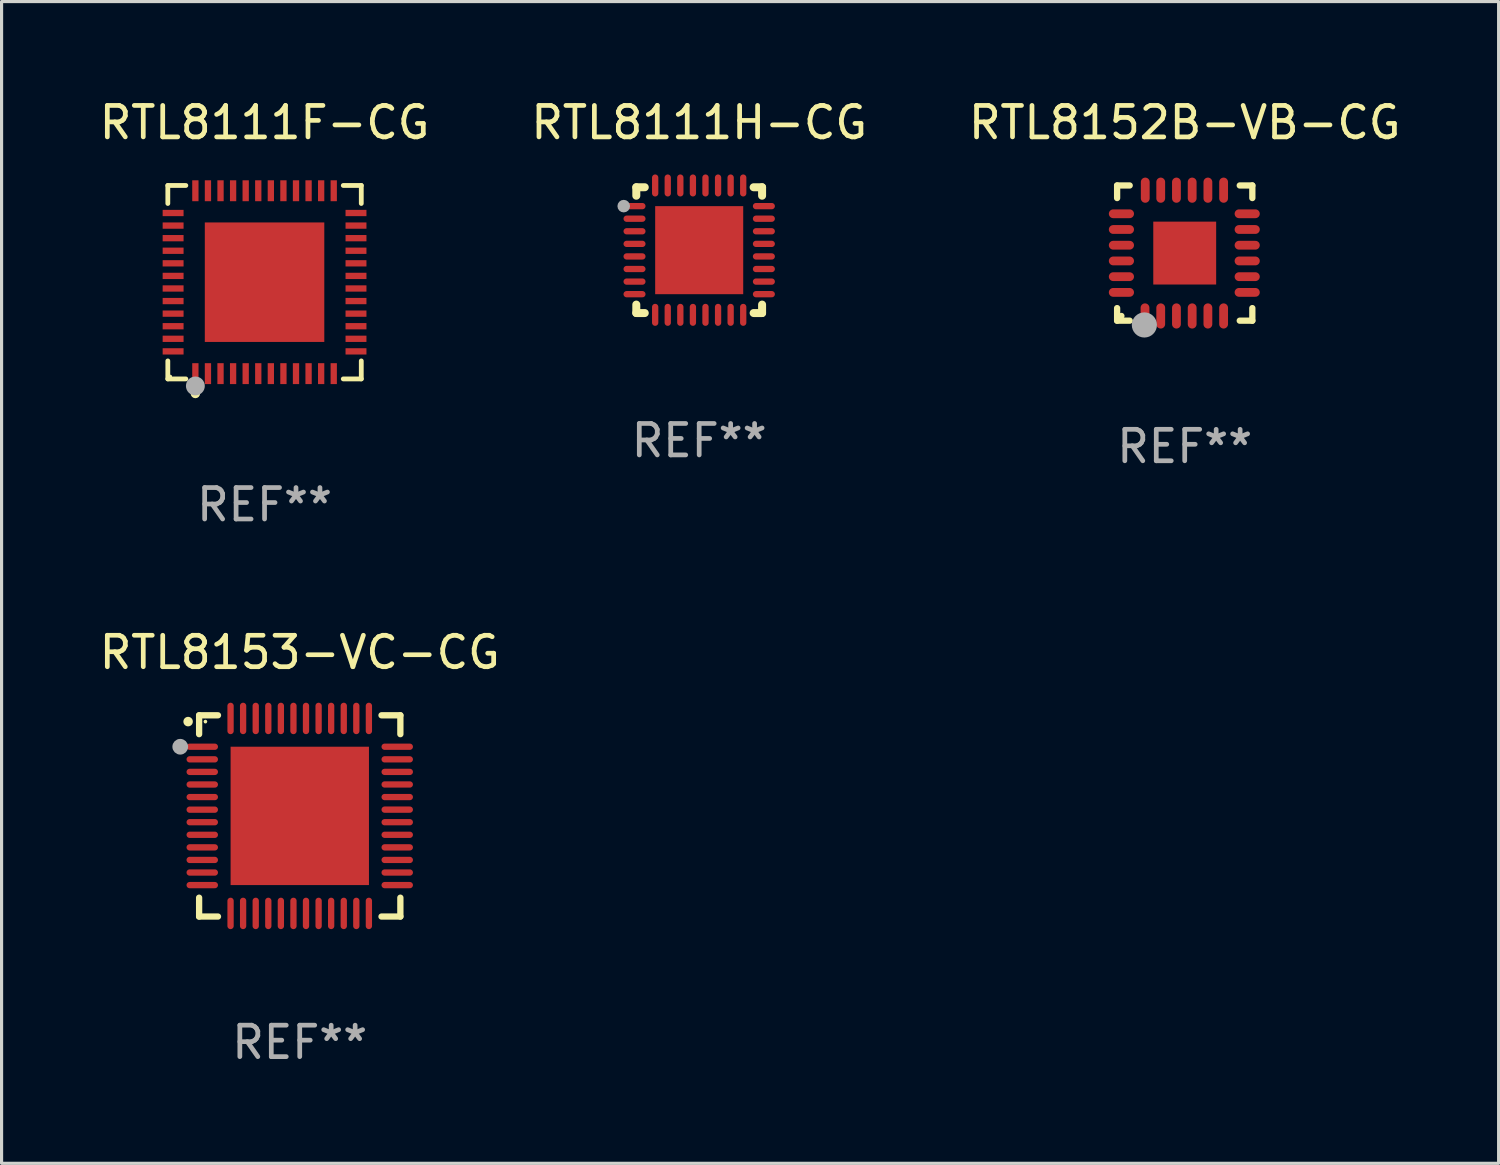
<source format=kicad_pcb>
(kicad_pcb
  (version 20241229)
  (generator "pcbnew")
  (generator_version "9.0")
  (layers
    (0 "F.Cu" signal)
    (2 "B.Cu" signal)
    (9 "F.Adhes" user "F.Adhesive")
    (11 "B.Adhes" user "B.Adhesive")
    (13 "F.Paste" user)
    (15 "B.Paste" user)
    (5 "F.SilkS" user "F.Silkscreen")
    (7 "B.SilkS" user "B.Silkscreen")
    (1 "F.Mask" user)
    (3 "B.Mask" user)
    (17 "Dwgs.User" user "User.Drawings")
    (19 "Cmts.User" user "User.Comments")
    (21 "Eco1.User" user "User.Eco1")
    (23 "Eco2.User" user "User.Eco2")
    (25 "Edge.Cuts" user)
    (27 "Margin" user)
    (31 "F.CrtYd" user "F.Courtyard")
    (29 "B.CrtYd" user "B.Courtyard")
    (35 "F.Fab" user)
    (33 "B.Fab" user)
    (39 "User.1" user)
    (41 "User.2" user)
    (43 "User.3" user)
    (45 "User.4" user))
  (footprint "RTL8152B-VB-CG"
    (layer "F.Cu")
    (at 34.625 4.998)
    (property "Reference" "RTL8152B-VB-CG" (at 0 -4.15 0) (layer "F.SilkS") (effects (font (size 1 1) (thickness 0.15))))
    (attr through_hole)
    (fp_line (start -2.15 -2.15) (end -1.75 -2.15) (stroke (width 0.2) (type solid)) (layer "F.SilkS"))
    (fp_line (start -2.15 -1.75) (end -2.15 -2.15) (stroke (width 0.2) (type solid)) (layer "F.SilkS"))
    (fp_line (start -2.15 2.15) (end -2.15 1.75) (stroke (width 0.2) (type solid)) (layer "F.SilkS"))
    (fp_line (start -1.75 2.15) (end -2.15 2.15) (stroke (width 0.2) (type solid)) (layer "F.SilkS"))
    (fp_line (start 2.15 -2.15) (end 1.75 -2.15) (stroke (width 0.2) (type solid)) (layer "F.SilkS"))
    (fp_line (start 2.15 -1.75) (end 2.15 -2.15) (stroke (width 0.2) (type solid)) (layer "F.SilkS"))
    (fp_line (start 2.15 1.75) (end 2.15 2.15) (stroke (width 0.2) (type solid)) (layer "F.SilkS"))
    (fp_line (start 2.15 2.15) (end 1.75 2.15) (stroke (width 0.2) (type solid)) (layer "F.SilkS"))
    (fp_circle (center -2.013 2) (end -1.963 2) (stroke (width 0.1) (type solid)) (fill no) (layer "F.SilkS"))
    (fp_circle (center -1.283 2.286) (end -1.083 2.286) (stroke (width 0.4) (type solid)) (fill no) (layer "F.Fab"))
    (fp_text user "REF**" (at 0 6.15 0) (layer "F.Fab") (effects (font (size 1 1) (thickness 0.15))))
    (pad "1" smd oval (at -1.263 2) (size 0.28 0.8) (layers "F.Cu" "F.Mask" "F.Paste"))
    (pad "2" smd oval (at -0.763 2) (size 0.28 0.8) (layers "F.Cu" "F.Mask" "F.Paste"))
    (pad "3" smd oval (at -0.263 2) (size 0.28 0.8) (layers "F.Cu" "F.Mask" "F.Paste"))
    (pad "4" smd oval (at 0.237 2) (size 0.28 0.8) (layers "F.Cu" "F.Mask" "F.Paste"))
    (pad "5" smd oval (at 0.737 2) (size 0.28 0.8) (layers "F.Cu" "F.Mask" "F.Paste"))
    (pad "6" smd oval (at 1.237 2) (size 0.28 0.8) (layers "F.Cu" "F.Mask" "F.Paste"))
    (pad "7" smd oval (at 1.987 1.25) (size 0.8 0.28) (layers "F.Cu" "F.Mask" "F.Paste"))
    (pad "8" smd oval (at 1.987 0.75) (size 0.8 0.28) (layers "F.Cu" "F.Mask" "F.Paste"))
    (pad "9" smd oval (at 1.987 0.25) (size 0.8 0.28) (layers "F.Cu" "F.Mask" "F.Paste"))
    (pad "10" smd oval (at 1.987 -0.25) (size 0.8 0.28) (layers "F.Cu" "F.Mask" "F.Paste"))
    (pad "11" smd oval (at 1.987 -0.75) (size 0.8 0.28) (layers "F.Cu" "F.Mask" "F.Paste"))
    (pad "12" smd oval (at 1.987 -1.25) (size 0.8 0.28) (layers "F.Cu" "F.Mask" "F.Paste"))
    (pad "13" smd oval (at 1.237 -2) (size 0.28 0.8) (layers "F.Cu" "F.Mask" "F.Paste"))
    (pad "14" smd oval (at 0.737 -2) (size 0.28 0.8) (layers "F.Cu" "F.Mask" "F.Paste"))
    (pad "15" smd oval (at 0.237 -2) (size 0.28 0.8) (layers "F.Cu" "F.Mask" "F.Paste"))
    (pad "16" smd oval (at -0.263 -2) (size 0.28 0.8) (layers "F.Cu" "F.Mask" "F.Paste"))
    (pad "17" smd oval (at -0.763 -2) (size 0.28 0.8) (layers "F.Cu" "F.Mask" "F.Paste"))
    (pad "18" smd oval (at -1.255 -2) (size 0.28 0.8) (layers "F.Cu" "F.Mask" "F.Paste"))
    (pad "19" smd oval (at -2.013 -1.25) (size 0.8 0.28) (layers "F.Cu" "F.Mask" "F.Paste"))
    (pad "20" smd oval (at -2.013 -0.75) (size 0.8 0.28) (layers "F.Cu" "F.Mask" "F.Paste"))
    (pad "21" smd oval (at -2.013 -0.25) (size 0.8 0.28) (layers "F.Cu" "F.Mask" "F.Paste"))
    (pad "22" smd oval (at -2.013 0.25) (size 0.8 0.28) (layers "F.Cu" "F.Mask" "F.Paste"))
    (pad "23" smd oval (at -2.013 0.75) (size 0.8 0.28) (layers "F.Cu" "F.Mask" "F.Paste"))
    (pad "24" smd oval (at -2.013 1.25) (size 0.8 0.28) (layers "F.Cu" "F.Mask" "F.Paste"))
    (pad "25" smd rect (at -0.000013 0) (size 2 2) (layers "F.Cu" "F.Mask" "F.Paste")))
  (footprint "RTL8111H-CG"
    (layer "F.Cu")
    (at 19.185 4.905)
    (property "Reference" "RTL8111H-CG" (at 0 -4.057 0) (layer "F.SilkS") (effects (font (size 1 1) (thickness 0.15))))
    (attr through_hole)
    (fp_line (start -2 -2) (end -1.731 -2) (stroke (width 0.254) (type solid)) (layer "F.SilkS"))
    (fp_line (start -2 -1.731) (end -2 -2) (stroke (width 0.254) (type solid)) (layer "F.SilkS"))
    (fp_line (start -2 2) (end -2 1.731) (stroke (width 0.254) (type solid)) (layer "F.SilkS"))
    (fp_line (start -1.731 2) (end -2 2) (stroke (width 0.254) (type solid)) (layer "F.SilkS"))
    (fp_line (start 1.731 -2) (end 2 -2) (stroke (width 0.254) (type solid)) (layer "F.SilkS"))
    (fp_line (start 2 -2) (end 2 -1.731) (stroke (width 0.254) (type solid)) (layer "F.SilkS"))
    (fp_line (start 2 1.731) (end 2 2) (stroke (width 0.254) (type solid)) (layer "F.SilkS"))
    (fp_line (start 2 2) (end 1.731 2) (stroke (width 0.254) (type solid)) (layer "F.SilkS"))
    (fp_circle (center -2 -2) (end -1.97 -2) (stroke (width 0.06) (type solid)) (fill no) (layer "F.SilkS"))
    (fp_circle (center -2.4 -1.4) (end -2.3 -1.4) (stroke (width 0.2) (type solid)) (fill no) (layer "F.Fab"))
    (fp_text user "REF**" (at 0 6.057 0) (layer "F.Fab") (effects (font (size 1 1) (thickness 0.15))))
    (pad "1" smd oval (at -2.057 -1.4 270) (size 0.2 0.7) (layers "F.Cu" "F.Mask" "F.Paste"))
    (pad "2" smd oval (at -2.057 -1 270) (size 0.2 0.7) (layers "F.Cu" "F.Mask" "F.Paste"))
    (pad "3" smd oval (at -2.057 -0.6 270) (size 0.2 0.7) (layers "F.Cu" "F.Mask" "F.Paste"))
    (pad "4" smd oval (at -2.057 -0.2 270) (size 0.2 0.7) (layers "F.Cu" "F.Mask" "F.Paste"))
    (pad "5" smd oval (at -2.057 0.2 270) (size 0.2 0.7) (layers "F.Cu" "F.Mask" "F.Paste"))
    (pad "6" smd oval (at -2.057 0.6 270) (size 0.2 0.7) (layers "F.Cu" "F.Mask" "F.Paste"))
    (pad "7" smd oval (at -2.057 1 270) (size 0.2 0.7) (layers "F.Cu" "F.Mask" "F.Paste"))
    (pad "8" smd oval (at -2.057 1.4 270) (size 0.2 0.7) (layers "F.Cu" "F.Mask" "F.Paste"))
    (pad "9" smd oval (at -1.4 2.057 180) (size 0.2 0.7) (layers "F.Cu" "F.Mask" "F.Paste"))
    (pad "10" smd oval (at -1 2.057 180) (size 0.2 0.7) (layers "F.Cu" "F.Mask" "F.Paste"))
    (pad "11" smd oval (at -0.6 2.057 180) (size 0.2 0.7) (layers "F.Cu" "F.Mask" "F.Paste"))
    (pad "12" smd oval (at -0.2 2.057 180) (size 0.2 0.7) (layers "F.Cu" "F.Mask" "F.Paste"))
    (pad "13" smd oval (at 0.2 2.057 180) (size 0.2 0.7) (layers "F.Cu" "F.Mask" "F.Paste"))
    (pad "14" smd oval (at 0.6 2.057 180) (size 0.2 0.7) (layers "F.Cu" "F.Mask" "F.Paste"))
    (pad "15" smd oval (at 1 2.057 180) (size 0.2 0.7) (layers "F.Cu" "F.Mask" "F.Paste"))
    (pad "16" smd oval (at 1.4 2.057 180) (size 0.2 0.7) (layers "F.Cu" "F.Mask" "F.Paste"))
    (pad "17" smd oval (at 2.057 1.4 270) (size 0.2 0.7) (layers "F.Cu" "F.Mask" "F.Paste"))
    (pad "18" smd oval (at 2.057 1 270) (size 0.2 0.7) (layers "F.Cu" "F.Mask" "F.Paste"))
    (pad "19" smd oval (at 2.057 0.6 270) (size 0.2 0.7) (layers "F.Cu" "F.Mask" "F.Paste"))
    (pad "20" smd oval (at 2.057 0.2 270) (size 0.2 0.7) (layers "F.Cu" "F.Mask" "F.Paste"))
    (pad "21" smd oval (at 2.057 -0.2 270) (size 0.2 0.7) (layers "F.Cu" "F.Mask" "F.Paste"))
    (pad "22" smd oval (at 2.057 -0.6 270) (size 0.2 0.7) (layers "F.Cu" "F.Mask" "F.Paste"))
    (pad "23" smd oval (at 2.057 -1 270) (size 0.2 0.7) (layers "F.Cu" "F.Mask" "F.Paste"))
    (pad "24" smd oval (at 2.057 -1.4 270) (size 0.2 0.7) (layers "F.Cu" "F.Mask" "F.Paste"))
    (pad "25" smd oval (at 1.4 -2.057) (size 0.2 0.7) (layers "F.Cu" "F.Mask" "F.Paste"))
    (pad "26" smd oval (at 1 -2.057) (size 0.2 0.7) (layers "F.Cu" "F.Mask" "F.Paste"))
    (pad "27" smd oval (at 0.6 -2.057) (size 0.2 0.7) (layers "F.Cu" "F.Mask" "F.Paste"))
    (pad "28" smd oval (at 0.2 -2.057) (size 0.2 0.7) (layers "F.Cu" "F.Mask" "F.Paste"))
    (pad "29" smd oval (at -0.2 -2.057) (size 0.2 0.7) (layers "F.Cu" "F.Mask" "F.Paste"))
    (pad "30" smd oval (at -0.6 -2.057) (size 0.2 0.7) (layers "F.Cu" "F.Mask" "F.Paste"))
    (pad "31" smd oval (at -1 -2.057) (size 0.2 0.7) (layers "F.Cu" "F.Mask" "F.Paste"))
    (pad "32" smd oval (at -1.4 -2.057) (size 0.2 0.7) (layers "F.Cu" "F.Mask" "F.Paste"))
    (pad "33" smd rect (at 0 0.000381 180) (size 2.8 2.8) (layers "F.Cu" "F.Mask" "F.Paste")))
  (footprint "RTL8111F-CG"
    (layer "F.Cu")
    (at 5.363 5.924)
    (property "Reference" "RTL8111F-CG" (at 0 -5.076 0) (layer "F.SilkS") (effects (font (size 1 1) (thickness 0.15))))
    (attr through_hole)
    (fp_line (start -3.076 -3.076) (end -2.503 -3.076) (stroke (width 0.152) (type solid)) (layer "F.SilkS"))
    (fp_line (start -3.076 -2.503) (end -3.076 -3.076) (stroke (width 0.152) (type solid)) (layer "F.SilkS"))
    (fp_line (start -3.076 2.503) (end -3.076 3.076) (stroke (width 0.152) (type solid)) (layer "F.SilkS"))
    (fp_line (start -3.076 3.076) (end -2.503 3.076) (stroke (width 0.152) (type solid)) (layer "F.SilkS"))
    (fp_line (start 3.076 -3.076) (end 2.503 -3.076) (stroke (width 0.152) (type solid)) (layer "F.SilkS"))
    (fp_line (start 3.076 -2.503) (end 3.076 -3.076) (stroke (width 0.152) (type solid)) (layer "F.SilkS"))
    (fp_line (start 3.076 2.503) (end 3.076 3.076) (stroke (width 0.152) (type solid)) (layer "F.SilkS"))
    (fp_line (start 3.076 3.076) (end 2.503 3.076) (stroke (width 0.152) (type solid)) (layer "F.SilkS"))
    (fp_circle (center -3 3) (end -2.97 3) (stroke (width 0.06) (type solid)) (fill no) (layer "F.SilkS"))
    (fp_circle (center -2.2 3.54) (end -2.125 3.54) (stroke (width 0.15) (type solid)) (fill no) (layer "F.SilkS"))
    (fp_circle (center -2.2 3.3) (end -2.05 3.3) (stroke (width 0.3) (type solid)) (fill no) (layer "F.Fab"))
    (fp_text user "REF**" (at 0 7.076 0) (layer "F.Fab") (effects (font (size 1 1) (thickness 0.15))))
    (pad "1" smd rect (at -2.2 2.908) (size 0.2 0.665) (layers "F.Cu" "F.Mask" "F.Paste"))
    (pad "2" smd rect (at -1.8 2.908) (size 0.2 0.665) (layers "F.Cu" "F.Mask" "F.Paste"))
    (pad "3" smd rect (at -1.4 2.908) (size 0.2 0.665) (layers "F.Cu" "F.Mask" "F.Paste"))
    (pad "4" smd rect (at -1 2.908) (size 0.2 0.665) (layers "F.Cu" "F.Mask" "F.Paste"))
    (pad "5" smd rect (at -0.6 2.908) (size 0.2 0.665) (layers "F.Cu" "F.Mask" "F.Paste"))
    (pad "6" smd rect (at -0.2 2.908) (size 0.2 0.665) (layers "F.Cu" "F.Mask" "F.Paste"))
    (pad "7" smd rect (at 0.2 2.908) (size 0.2 0.665) (layers "F.Cu" "F.Mask" "F.Paste"))
    (pad "8" smd rect (at 0.6 2.908) (size 0.2 0.665) (layers "F.Cu" "F.Mask" "F.Paste"))
    (pad "9" smd rect (at 1 2.908) (size 0.2 0.665) (layers "F.Cu" "F.Mask" "F.Paste"))
    (pad "10" smd rect (at 1.4 2.908) (size 0.2 0.665) (layers "F.Cu" "F.Mask" "F.Paste"))
    (pad "11" smd rect (at 1.8 2.908) (size 0.2 0.665) (layers "F.Cu" "F.Mask" "F.Paste"))
    (pad "12" smd rect (at 2.2 2.908) (size 0.2 0.665) (layers "F.Cu" "F.Mask" "F.Paste"))
    (pad "13" smd rect (at 2.908 2.2) (size 0.665 0.2) (layers "F.Cu" "F.Mask" "F.Paste"))
    (pad "14" smd rect (at 2.908 1.8) (size 0.665 0.2) (layers "F.Cu" "F.Mask" "F.Paste"))
    (pad "15" smd rect (at 2.908 1.4) (size 0.665 0.2) (layers "F.Cu" "F.Mask" "F.Paste"))
    (pad "16" smd rect (at 2.908 1) (size 0.665 0.2) (layers "F.Cu" "F.Mask" "F.Paste"))
    (pad "17" smd rect (at 2.908 0.6) (size 0.665 0.2) (layers "F.Cu" "F.Mask" "F.Paste"))
    (pad "18" smd rect (at 2.908 0.2) (size 0.665 0.2) (layers "F.Cu" "F.Mask" "F.Paste"))
    (pad "19" smd rect (at 2.908 -0.2) (size 0.665 0.2) (layers "F.Cu" "F.Mask" "F.Paste"))
    (pad "20" smd rect (at 2.908 -0.6) (size 0.665 0.2) (layers "F.Cu" "F.Mask" "F.Paste"))
    (pad "21" smd rect (at 2.908 -1) (size 0.665 0.2) (layers "F.Cu" "F.Mask" "F.Paste"))
    (pad "22" smd rect (at 2.908 -1.4) (size 0.665 0.2) (layers "F.Cu" "F.Mask" "F.Paste"))
    (pad "23" smd rect (at 2.908 -1.8) (size 0.665 0.2) (layers "F.Cu" "F.Mask" "F.Paste"))
    (pad "24" smd rect (at 2.908 -2.2) (size 0.665 0.2) (layers "F.Cu" "F.Mask" "F.Paste"))
    (pad "25" smd rect (at 2.2 -2.908) (size 0.2 0.665) (layers "F.Cu" "F.Mask" "F.Paste"))
    (pad "26" smd rect (at 1.8 -2.908) (size 0.2 0.665) (layers "F.Cu" "F.Mask" "F.Paste"))
    (pad "27" smd rect (at 1.4 -2.908) (size 0.2 0.665) (layers "F.Cu" "F.Mask" "F.Paste"))
    (pad "28" smd rect (at 1 -2.908) (size 0.2 0.665) (layers "F.Cu" "F.Mask" "F.Paste"))
    (pad "29" smd rect (at 0.6 -2.908) (size 0.2 0.665) (layers "F.Cu" "F.Mask" "F.Paste"))
    (pad "30" smd rect (at 0.2 -2.908) (size 0.2 0.665) (layers "F.Cu" "F.Mask" "F.Paste"))
    (pad "31" smd rect (at -0.2 -2.908) (size 0.2 0.665) (layers "F.Cu" "F.Mask" "F.Paste"))
    (pad "32" smd rect (at -0.6 -2.908) (size 0.2 0.665) (layers "F.Cu" "F.Mask" "F.Paste"))
    (pad "33" smd rect (at -1 -2.908) (size 0.2 0.665) (layers "F.Cu" "F.Mask" "F.Paste"))
    (pad "34" smd rect (at -1.4 -2.908) (size 0.2 0.665) (layers "F.Cu" "F.Mask" "F.Paste"))
    (pad "35" smd rect (at -1.8 -2.908) (size 0.2 0.665) (layers "F.Cu" "F.Mask" "F.Paste"))
    (pad "36" smd rect (at -2.2 -2.908) (size 0.2 0.665) (layers "F.Cu" "F.Mask" "F.Paste"))
    (pad "37" smd rect (at -2.908 -2.2) (size 0.665 0.2) (layers "F.Cu" "F.Mask" "F.Paste"))
    (pad "38" smd rect (at -2.908 -1.8) (size 0.665 0.2) (layers "F.Cu" "F.Mask" "F.Paste"))
    (pad "39" smd rect (at -2.908 -1.4) (size 0.665 0.2) (layers "F.Cu" "F.Mask" "F.Paste"))
    (pad "40" smd rect (at -2.908 -1) (size 0.665 0.2) (layers "F.Cu" "F.Mask" "F.Paste"))
    (pad "41" smd rect (at -2.908 -0.6) (size 0.665 0.2) (layers "F.Cu" "F.Mask" "F.Paste"))
    (pad "42" smd rect (at -2.908 -0.2) (size 0.665 0.2) (layers "F.Cu" "F.Mask" "F.Paste"))
    (pad "43" smd rect (at -2.908 0.2) (size 0.665 0.2) (layers "F.Cu" "F.Mask" "F.Paste"))
    (pad "44" smd rect (at -2.908 0.6) (size 0.665 0.2) (layers "F.Cu" "F.Mask" "F.Paste"))
    (pad "45" smd rect (at -2.908 1) (size 0.665 0.2) (layers "F.Cu" "F.Mask" "F.Paste"))
    (pad "46" smd rect (at -2.908 1.4) (size 0.665 0.2) (layers "F.Cu" "F.Mask" "F.Paste"))
    (pad "47" smd rect (at -2.908 1.8) (size 0.665 0.2) (layers "F.Cu" "F.Mask" "F.Paste"))
    (pad "48" smd rect (at -2.908 2.2) (size 0.665 0.2) (layers "F.Cu" "F.Mask" "F.Paste"))
    (pad "49" smd rect (at 0 0) (size 3.8 3.8) (layers "F.Cu" "F.Mask" "F.Paste")))
  (footprint "RTL8153-VC-CG"
    (layer "F.Cu")
    (at 6.482 22.897)
    (property "Reference" "RTL8153-VC-CG" (at 0 -5.2 0) (layer "F.SilkS") (effects (font (size 1 1) (thickness 0.15))))
    (attr through_hole)
    (fp_line (start -3.2 -3.2) (end -2.6 -3.2) (stroke (width 0.2) (type solid)) (layer "F.SilkS"))
    (fp_line (start -3.2 -2.6) (end -3.2 -3.2) (stroke (width 0.2) (type solid)) (layer "F.SilkS"))
    (fp_line (start -3.2 3.2) (end -3.2 2.6) (stroke (width 0.2) (type solid)) (layer "F.SilkS"))
    (fp_line (start -2.6 3.2) (end -3.2 3.2) (stroke (width 0.2) (type solid)) (layer "F.SilkS"))
    (fp_line (start 2.6 -3.2) (end 3.2 -3.2) (stroke (width 0.2) (type solid)) (layer "F.SilkS"))
    (fp_line (start 2.6 3.2) (end 3.2 3.2) (stroke (width 0.2) (type solid)) (layer "F.SilkS"))
    (fp_line (start 3.2 -3.2) (end 3.2 -2.6) (stroke (width 0.2) (type solid)) (layer "F.SilkS"))
    (fp_line (start 3.2 3.2) (end 3.2 2.6) (stroke (width 0.2) (type solid)) (layer "F.SilkS"))
    (fp_arc (start -3.550025 -2.998349) (mid -3.55003 -2.999619) (end -3.550025 -3.000889) (stroke (width 0.3) (type solid)) (layer "F.SilkS"))
    (fp_circle (center -3 -3) (end -2.97 -3) (stroke (width 0.06) (type solid)) (fill no) (layer "F.SilkS"))
    (fp_circle (center -3.8 -2.2) (end -3.675 -2.2) (stroke (width 0.25) (type solid)) (fill no) (layer "F.Fab"))
    (fp_text user "REF**" (at 0 7.2 0) (layer "F.Fab") (effects (font (size 1 1) (thickness 0.15))))
    (pad "1" smd oval (at -3.1 -2.2) (size 1 0.2) (layers "F.Cu" "F.Mask" "F.Paste"))
    (pad "2" smd oval (at -3.1 -1.799) (size 1 0.2) (layers "F.Cu" "F.Mask" "F.Paste"))
    (pad "3" smd oval (at -3.1 -1.4) (size 1 0.2) (layers "F.Cu" "F.Mask" "F.Paste"))
    (pad "4" smd oval (at -3.1 -0.999) (size 1 0.2) (layers "F.Cu" "F.Mask" "F.Paste"))
    (pad "5" smd oval (at -3.1 -0.6) (size 1 0.2) (layers "F.Cu" "F.Mask" "F.Paste"))
    (pad "6" smd oval (at -3.1 -0.199) (size 1 0.2) (layers "F.Cu" "F.Mask" "F.Paste"))
    (pad "7" smd oval (at -3.1 0.2) (size 1 0.2) (layers "F.Cu" "F.Mask" "F.Paste"))
    (pad "8" smd oval (at -3.1 0.6) (size 1 0.2) (layers "F.Cu" "F.Mask" "F.Paste"))
    (pad "9" smd oval (at -3.1 1) (size 1 0.2) (layers "F.Cu" "F.Mask" "F.Paste"))
    (pad "10" smd oval (at -3.1 1.4) (size 1 0.2) (layers "F.Cu" "F.Mask" "F.Paste"))
    (pad "11" smd oval (at -3.1 1.8) (size 1 0.2) (layers "F.Cu" "F.Mask" "F.Paste"))
    (pad "12" smd oval (at -3.1 2.2) (size 1 0.2) (layers "F.Cu" "F.Mask" "F.Paste"))
    (pad "13" smd oval (at -2.2 3.1) (size 0.2 1) (layers "F.Cu" "F.Mask" "F.Paste"))
    (pad "14" smd oval (at -1.801 3.1) (size 0.2 1) (layers "F.Cu" "F.Mask" "F.Paste"))
    (pad "15" smd oval (at -1.4 3.1) (size 0.2 1) (layers "F.Cu" "F.Mask" "F.Paste"))
    (pad "16" smd oval (at -1 3.1) (size 0.2 1) (layers "F.Cu" "F.Mask" "F.Paste"))
    (pad "17" smd oval (at -0.6 3.1) (size 0.2 1) (layers "F.Cu" "F.Mask" "F.Paste"))
    (pad "18" smd oval (at -0.2 3.1) (size 0.2 1) (layers "F.Cu" "F.Mask" "F.Paste"))
    (pad "19" smd oval (at 0.199 3.1) (size 0.2 1) (layers "F.Cu" "F.Mask" "F.Paste"))
    (pad "20" smd oval (at 0.6 3.1) (size 0.2 1) (layers "F.Cu" "F.Mask" "F.Paste"))
    (pad "21" smd oval (at 0.999 3.1) (size 0.2 1) (layers "F.Cu" "F.Mask" "F.Paste"))
    (pad "22" smd oval (at 1.4 3.1) (size 0.2 1) (layers "F.Cu" "F.Mask" "F.Paste"))
    (pad "23" smd oval (at 1.799 3.1) (size 0.2 1) (layers "F.Cu" "F.Mask" "F.Paste"))
    (pad "24" smd oval (at 2.199 3.1) (size 0.2 1) (layers "F.Cu" "F.Mask" "F.Paste"))
    (pad "25" smd oval (at 3.1 2.2) (size 1 0.2) (layers "F.Cu" "F.Mask" "F.Paste"))
    (pad "26" smd oval (at 3.1 1.8) (size 1 0.2) (layers "F.Cu" "F.Mask" "F.Paste"))
    (pad "27" smd oval (at 3.1 1.4) (size 1 0.2) (layers "F.Cu" "F.Mask" "F.Paste"))
    (pad "28" smd oval (at 3.1 1) (size 1 0.2) (layers "F.Cu" "F.Mask" "F.Paste"))
    (pad "29" smd oval (at 3.1 0.6) (size 1 0.2) (layers "F.Cu" "F.Mask" "F.Paste"))
    (pad "30" smd oval (at 3.1 0.2) (size 1 0.2) (layers "F.Cu" "F.Mask" "F.Paste"))
    (pad "31" smd oval (at 3.1 -0.2) (size 1 0.2) (layers "F.Cu" "F.Mask" "F.Paste"))
    (pad "32" smd oval (at 3.1 -0.6) (size 1 0.2) (layers "F.Cu" "F.Mask" "F.Paste"))
    (pad "33" smd oval (at 3.1 -1) (size 1 0.2) (layers "F.Cu" "F.Mask" "F.Paste"))
    (pad "34" smd oval (at 3.1 -1.4) (size 1 0.2) (layers "F.Cu" "F.Mask" "F.Paste"))
    (pad "35" smd oval (at 3.1 -1.799) (size 1 0.2) (layers "F.Cu" "F.Mask" "F.Paste"))
    (pad "36" smd oval (at 3.1 -2.2) (size 1 0.2) (layers "F.Cu" "F.Mask" "F.Paste"))
    (pad "37" smd oval (at 2.199 -3.1) (size 0.2 1) (layers "F.Cu" "F.Mask" "F.Paste"))
    (pad "38" smd oval (at 1.799 -3.1) (size 0.2 1) (layers "F.Cu" "F.Mask" "F.Paste"))
    (pad "39" smd oval (at 1.4 -3.1) (size 0.2 1) (layers "F.Cu" "F.Mask" "F.Paste"))
    (pad "40" smd oval (at 0.999 -3.1) (size 0.2 1) (layers "F.Cu" "F.Mask" "F.Paste"))
    (pad "41" smd oval (at 0.6 -3.1) (size 0.2 1) (layers "F.Cu" "F.Mask" "F.Paste"))
    (pad "42" smd oval (at 0.199 -3.1) (size 0.2 1) (layers "F.Cu" "F.Mask" "F.Paste"))
    (pad "43" smd oval (at -0.2 -3.1) (size 0.2 1) (layers "F.Cu" "F.Mask" "F.Paste"))
    (pad "44" smd oval (at -0.6 -3.1) (size 0.2 1) (layers "F.Cu" "F.Mask" "F.Paste"))
    (pad "45" smd oval (at -1 -3.1) (size 0.2 1) (layers "F.Cu" "F.Mask" "F.Paste"))
    (pad "46" smd oval (at -1.4 -3.1) (size 0.2 1) (layers "F.Cu" "F.Mask" "F.Paste"))
    (pad "47" smd oval (at -1.801 -3.1) (size 0.2 1) (layers "F.Cu" "F.Mask" "F.Paste"))
    (pad "48" smd oval (at -2.2 -3.1) (size 0.2 1) (layers "F.Cu" "F.Mask" "F.Paste"))
    (pad "49" smd rect (at 0.001 -0.001) (size 4.4 4.4) (layers "F.Cu" "F.Mask" "F.Paste")))
  (gr_rect
    (start -3 -3)
    (end 44.607 33.945)
    (stroke (width 0.1) (type default))
    (fill no)
    (layer "Edge.Cuts")))
</source>
